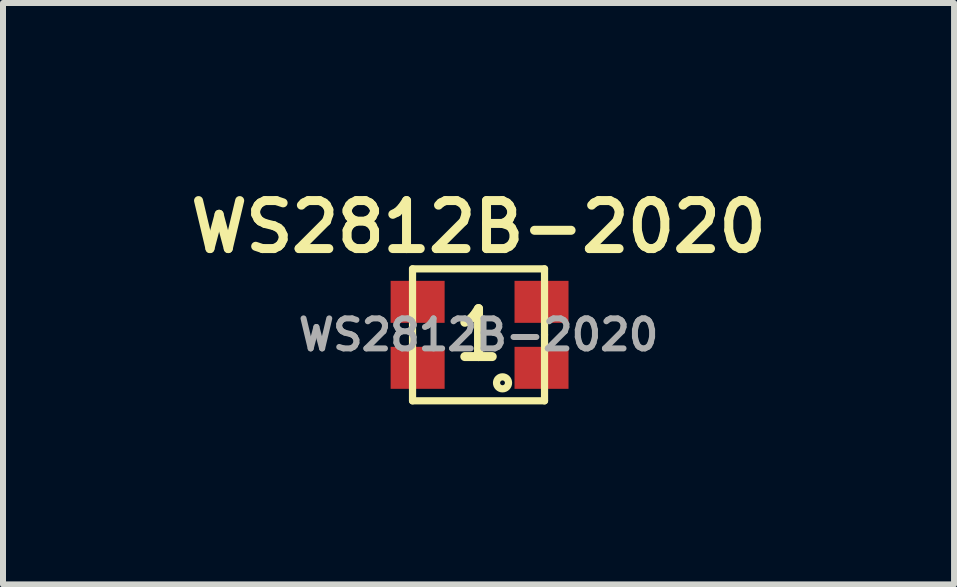
<source format=kicad_pcb>
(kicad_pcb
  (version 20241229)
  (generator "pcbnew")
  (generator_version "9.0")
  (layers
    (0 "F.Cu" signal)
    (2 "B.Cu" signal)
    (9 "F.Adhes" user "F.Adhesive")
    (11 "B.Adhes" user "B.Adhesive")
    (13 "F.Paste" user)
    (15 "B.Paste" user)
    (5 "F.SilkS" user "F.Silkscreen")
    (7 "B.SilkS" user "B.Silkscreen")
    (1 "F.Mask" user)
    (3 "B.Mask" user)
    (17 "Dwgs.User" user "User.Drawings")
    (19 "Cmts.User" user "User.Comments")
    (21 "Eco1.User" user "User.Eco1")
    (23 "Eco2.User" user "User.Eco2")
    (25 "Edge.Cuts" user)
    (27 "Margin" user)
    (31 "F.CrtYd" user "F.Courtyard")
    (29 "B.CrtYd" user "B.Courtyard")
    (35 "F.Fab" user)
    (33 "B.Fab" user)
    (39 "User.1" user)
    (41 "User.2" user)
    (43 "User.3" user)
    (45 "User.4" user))
  (footprint "WS2812B-2020"
    (layer "F.Cu")
    (at 4.926 2.531)
    (property "Reference" "WS2812B-2020" (at 0 -1.8 0) (layer "F.SilkS") (effects (font (size 0.8 0.8) (thickness 0.15))))
    (attr smd)
    (fp_line (start -1.1 -1.1) (end 1.1 -1.1) (stroke (width 0.12) (type solid)) (layer "F.SilkS"))
    (fp_line (start -1.1 0) (end -1.1 -1.1) (stroke (width 0.12) (type solid)) (layer "F.SilkS"))
    (fp_line (start -1.1 1.1) (end -1.1 0) (stroke (width 0.12) (type solid)) (layer "F.SilkS"))
    (fp_line (start 1.1 0) (end 1.1 -1.1) (stroke (width 0.12) (type solid)) (layer "F.SilkS"))
    (fp_line (start 1.1 1.1) (end -1.1 1.1) (stroke (width 0.12) (type solid)) (layer "F.SilkS"))
    (fp_line (start 1.1 1.1) (end 1.1 0) (stroke (width 0.12) (type solid)) (layer "F.SilkS"))
    (fp_circle (center 0.4 0.8) (end 0.5 0.8) (stroke (width 0.12) (type solid)) (fill no) (layer "F.SilkS"))
    (fp_text user "1" (at 0 0 0) (layer "F.SilkS") (effects (font (size 0.8 0.8) (thickness 0.15))))
    (fp_text user "${REFERENCE}" (at 0 0 0) (layer "F.Fab") (effects (font (size 0.5 0.5) (thickness 0.1))))
    (pad "1" smd rect (at 1.05 0.55) (size 0.9 0.7) (layers "F.Cu" "F.Mask" "F.Paste"))
    (pad "2" smd rect (at 1.05 -0.55) (size 0.9 0.7) (layers "F.Cu" "F.Mask" "F.Paste"))
    (pad "3" smd rect (at -1.015 -0.55) (size 0.9 0.7) (layers "F.Cu" "F.Mask" "F.Paste"))
    (pad "4" smd rect (at -1.015 0.55) (size 0.9 0.7) (layers "F.Cu" "F.Mask" "F.Paste")))
  (gr_rect
    (start -3 -3)
    (end 12.852 6.691)
    (stroke (width 0.1) (type default))
    (fill no)
    (layer "Edge.Cuts")))
</source>
